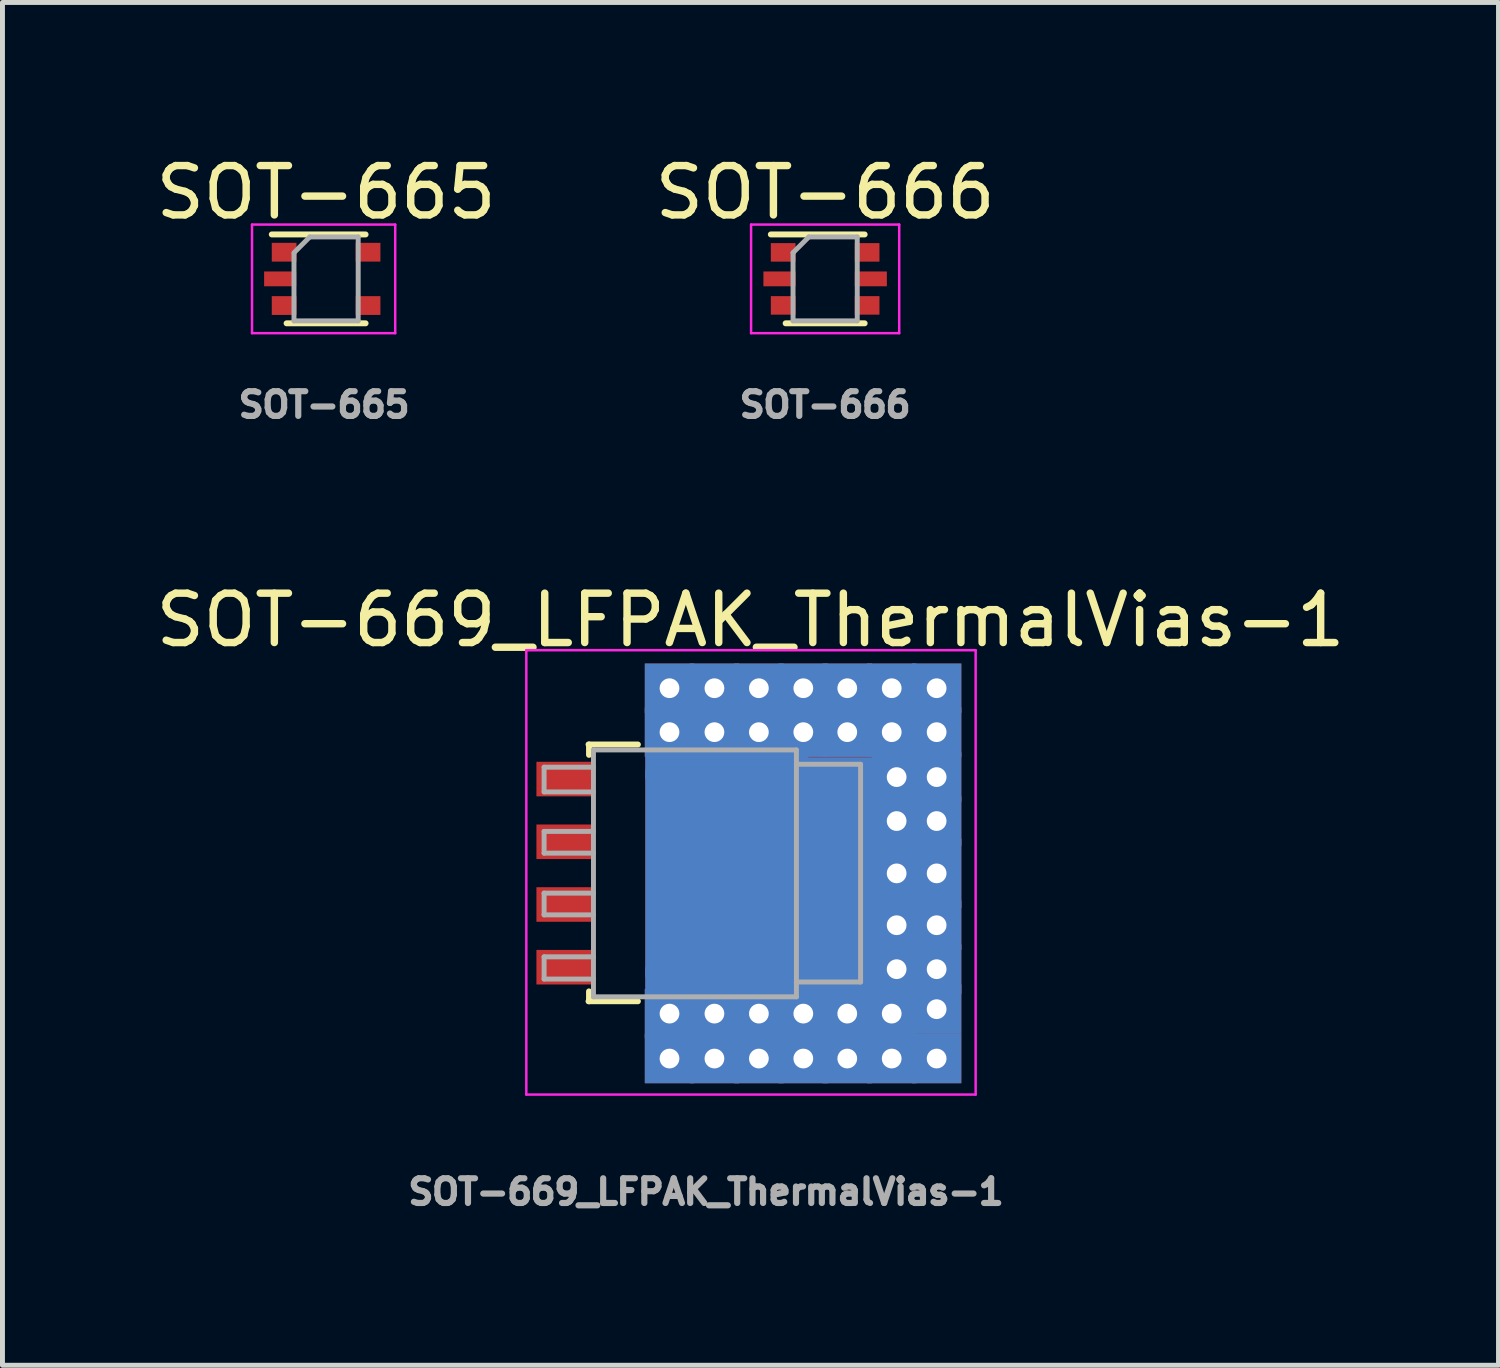
<source format=kicad_pcb>
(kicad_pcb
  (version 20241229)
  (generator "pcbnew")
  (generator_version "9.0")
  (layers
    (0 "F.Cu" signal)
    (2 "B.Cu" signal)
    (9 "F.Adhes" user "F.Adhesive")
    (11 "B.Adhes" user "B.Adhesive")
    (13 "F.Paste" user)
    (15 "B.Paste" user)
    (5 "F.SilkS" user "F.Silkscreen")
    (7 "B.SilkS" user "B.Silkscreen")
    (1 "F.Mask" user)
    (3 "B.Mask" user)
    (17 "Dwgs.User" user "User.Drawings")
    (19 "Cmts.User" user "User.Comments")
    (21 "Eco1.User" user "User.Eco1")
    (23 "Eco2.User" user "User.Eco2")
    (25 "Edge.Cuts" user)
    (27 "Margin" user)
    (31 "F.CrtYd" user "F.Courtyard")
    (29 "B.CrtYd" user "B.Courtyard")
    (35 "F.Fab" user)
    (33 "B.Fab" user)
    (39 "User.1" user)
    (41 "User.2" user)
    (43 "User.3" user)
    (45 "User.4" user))
  (footprint "SOT-666"
    (layer "F.Cu")
    (at 13.661 2.598)
    (property "Reference" "SOT-666" (at 0 -1.75 0) (layer "F.SilkS") (effects (font (size 1 1) (thickness 0.15))))
    (attr smd)
    (fp_line (start -0.8 0.9) (end 0.8 0.9) (stroke (width 0.12) (type solid)) (layer "F.SilkS"))
    (fp_line (start 0.8 -0.9) (end -1.1 -0.9) (stroke (width 0.12) (type solid)) (layer "F.SilkS"))
    (fp_line (start -1.5 -1.1) (end -1.5 1.1) (stroke (width 0.05) (type solid)) (layer "F.CrtYd"))
    (fp_line (start -1.5 -1.1) (end 1.5 -1.1) (stroke (width 0.05) (type solid)) (layer "F.CrtYd"))
    (fp_line (start -1.5 1.1) (end 1.5 1.1) (stroke (width 0.05) (type solid)) (layer "F.CrtYd"))
    (fp_line (start 1.5 1.1) (end 1.5 -1.1) (stroke (width 0.05) (type solid)) (layer "F.CrtYd"))
    (fp_line (start -0.65 -0.53) (end -0.65 0.85) (stroke (width 0.1) (type solid)) (layer "F.Fab"))
    (fp_line (start -0.65 -0.53) (end -0.33 -0.85) (stroke (width 0.1) (type solid)) (layer "F.Fab"))
    (fp_line (start 0.65 -0.85) (end -0.33 -0.85) (stroke (width 0.1) (type solid)) (layer "F.Fab"))
    (fp_line (start 0.65 -0.85) (end 0.65 0.85) (stroke (width 0.1) (type solid)) (layer "F.Fab"))
    (fp_line (start 0.65 0.85) (end -0.65 0.85) (stroke (width 0.1) (type solid)) (layer "F.Fab"))
    (fp_text user "${REFERENCE}" (at 0 2.55 0) (layer "F.Fab") (effects (font (size 0.5 0.5) (thickness 0.125))))
    (pad "1" smd rect (at -0.85 -0.537) (size 0.5 0.375) (layers "F.Cu" "F.Mask" "F.Paste"))
    (pad "2" smd rect (at -0.925 0) (size 0.65 0.3) (layers "F.Cu" "F.Mask" "F.Paste"))
    (pad "3" smd rect (at -0.85 0.537) (size 0.5 0.375) (layers "F.Cu" "F.Mask" "F.Paste"))
    (pad "4" smd rect (at 0.85 0.537) (size 0.5 0.375) (layers "F.Cu" "F.Mask" "F.Paste"))
    (pad "5" smd rect (at 0.925 0) (size 0.65 0.3) (layers "F.Cu" "F.Mask" "F.Paste"))
    (pad "6" smd rect (at 0.85 -0.537) (size 0.5 0.375) (layers "F.Cu" "F.Mask" "F.Paste")))
  (footprint "SOT-669_LFPAK_ThermalVias-1"
    (layer "F.Cu")
    (at 11.249 14.638)
    (property "Reference" "SOT-669_LFPAK_ThermalVias-1" (at 0.9 -5.13 0) (layer "F.SilkS") (effects (font (size 1 1) (thickness 0.15))))
    (attr through_hole)
    (fp_line (start -2.38 -2.61) (end -1.38 -2.61) (stroke (width 0.12) (type solid)) (layer "F.SilkS"))
    (fp_line (start -2.38 2.59) (end -1.38 2.59) (stroke (width 0.12) (type solid)) (layer "F.SilkS"))
    (fp_line (start -2.37 -2.61) (end -2.37 -2.4) (stroke (width 0.12) (type solid)) (layer "F.SilkS"))
    (fp_line (start -2.37 2.39) (end -2.37 2.59) (stroke (width 0.12) (type solid)) (layer "F.SilkS"))
    (fp_line (start -3.64 4.48) (end -3.64 -4.52) (stroke (width 0.05) (type solid)) (layer "F.CrtYd"))
    (fp_line (start -3.64 4.48) (end 5.46 4.48) (stroke (width 0.05) (type solid)) (layer "F.CrtYd"))
    (fp_line (start 5.46 -4.52) (end -3.64 -4.52) (stroke (width 0.05) (type solid)) (layer "F.CrtYd"))
    (fp_line (start 5.46 -4.52) (end 5.46 4.48) (stroke (width 0.05) (type solid)) (layer "F.CrtYd"))
    (fp_line (start -3.28 -2.15) (end -3.28 -1.65) (stroke (width 0.1) (type solid)) (layer "F.Fab"))
    (fp_line (start -3.28 -2.15) (end -2.28 -2.15) (stroke (width 0.1) (type solid)) (layer "F.Fab"))
    (fp_line (start -3.28 -1.65) (end -2.28 -1.65) (stroke (width 0.1) (type solid)) (layer "F.Fab"))
    (fp_line (start -3.28 -0.85) (end -3.28 -0.41) (stroke (width 0.1) (type solid)) (layer "F.Fab"))
    (fp_line (start -3.28 -0.41) (end -2.28 -0.41) (stroke (width 0.1) (type solid)) (layer "F.Fab"))
    (fp_line (start -3.28 0.4) (end -3.28 0.84) (stroke (width 0.1) (type solid)) (layer "F.Fab"))
    (fp_line (start -3.28 0.84) (end -2.28 0.84) (stroke (width 0.1) (type solid)) (layer "F.Fab"))
    (fp_line (start -3.28 1.69) (end -3.28 2.14) (stroke (width 0.1) (type solid)) (layer "F.Fab"))
    (fp_line (start -3.28 2.14) (end -2.28 2.14) (stroke (width 0.1) (type solid)) (layer "F.Fab"))
    (fp_line (start -2.28 -2.5) (end -2.28 2.5) (stroke (width 0.1) (type solid)) (layer "F.Fab"))
    (fp_line (start -2.28 -0.85) (end -3.28 -0.85) (stroke (width 0.1) (type solid)) (layer "F.Fab"))
    (fp_line (start -2.28 0.4) (end -3.28 0.4) (stroke (width 0.1) (type solid)) (layer "F.Fab"))
    (fp_line (start -2.28 1.69) (end -3.28 1.69) (stroke (width 0.1) (type solid)) (layer "F.Fab"))
    (fp_line (start -2.28 2.5) (end 1.83 2.5) (stroke (width 0.1) (type solid)) (layer "F.Fab"))
    (fp_line (start 1.83 -2.5) (end -2.28 -2.5) (stroke (width 0.1) (type solid)) (layer "F.Fab"))
    (fp_line (start 1.83 2.5) (end 1.83 -2.5) (stroke (width 0.1) (type solid)) (layer "F.Fab"))
    (fp_line (start 3.13 -2.21) (end 1.83 -2.21) (stroke (width 0.1) (type solid)) (layer "F.Fab"))
    (fp_line (start 3.13 -2.21) (end 3.13 2.2) (stroke (width 0.1) (type solid)) (layer "F.Fab"))
    (fp_line (start 3.13 2.2) (end 1.83 2.2) (stroke (width 0.1) (type solid)) (layer "F.Fab"))
    (fp_text user "${REFERENCE}" (at 0 6.45 0) (layer "F.Fab") (effects (font (size 0.5 0.5) (thickness 0.125))))
    (pad "1" smd rect (at -2.86 -1.91 270) (size 0.7 1.15) (layers "F.Cu" "F.Mask" "F.Paste"))
    (pad "2" smd rect (at -2.86 -0.64 270) (size 0.7 1.15) (layers "F.Cu" "F.Mask" "F.Paste"))
    (pad "3" smd rect (at -2.86 0.63 270) (size 0.7 1.15) (layers "F.Cu" "F.Mask" "F.Paste"))
    (pad "4" smd rect (at -2.86 1.9 270) (size 0.7 1.15) (layers "F.Cu" "F.Mask" "F.Paste"))
    (pad "5" thru_hole rect (at -0.74 -3.75 270) (size 1 1) (drill 0.4) (layers "*.Cu" "*.Mask"))
    (pad "5" thru_hole rect (at -0.74 -2.86 270) (size 1 1) (drill 0.4) (layers "*.Cu" "*.Mask"))
    (pad "5" thru_hole rect (at -0.74 2.84 270) (size 1 1) (drill 0.4) (layers "*.Cu" "*.Mask"))
    (pad "5" thru_hole rect (at -0.74 3.75 270) (size 1 1) (drill 0.4) (layers "*.Cu" "*.Mask"))
    (pad "5" smd rect (at -0.68 -1.15) (size 0.6 0.9) (layers "F.Cu" "F.Mask" "F.Paste"))
    (pad "5" smd rect (at -0.68 0) (size 0.6 0.9) (layers "F.Cu" "F.Mask" "F.Paste"))
    (pad "5" smd rect (at -0.68 1.14) (size 0.6 0.9) (layers "F.Cu" "F.Mask" "F.Paste"))
    (pad "5" thru_hole rect (at 0.17 -3.75 270) (size 1 1) (drill 0.4) (layers "*.Cu" "*.Mask"))
    (pad "5" thru_hole rect (at 0.17 -2.86 270) (size 1 1) (drill 0.4) (layers "*.Cu" "*.Mask"))
    (pad "5" smd rect (at 0.17 -1.15) (size 0.6 0.9) (layers "F.Cu" "F.Mask" "F.Paste"))
    (pad "5" smd rect (at 0.17 0) (size 0.6 0.9) (layers "F.Cu" "F.Mask" "F.Paste"))
    (pad "5" smd rect (at 0.17 1.14) (size 0.6 0.9) (layers "F.Cu" "F.Mask" "F.Paste"))
    (pad "5" thru_hole rect (at 0.17 2.84 270) (size 1 1) (drill 0.4) (layers "*.Cu" "*.Mask"))
    (pad "5" thru_hole rect (at 0.17 3.75 270) (size 1 1) (drill 0.4) (layers "*.Cu" "*.Mask"))
    (pad "5" smd rect (at 0.42 -2.21 270) (size 0.6 3.3) (layers "F.Cu" "F.Mask" "F.Paste"))
    (pad "5" smd rect (at 0.42 -2.21 270) (size 0.6 3.3) (layers "B.Cu" "B.Mask" "B.Paste"))
    (pad "5" smd rect (at 0.42 0 270) (size 4.2 3.3) (layers "F.Cu" "F.Mask" "F.Paste"))
    (pad "5" smd rect (at 0.42 0 270) (size 4.2 3.3) (layers "B.Cu" "B.Mask" "B.Paste"))
    (pad "5" smd rect (at 0.42 2.2 270) (size 0.6 3.3) (layers "F.Cu" "F.Mask" "F.Paste"))
    (pad "5" smd rect (at 0.42 2.2 270) (size 0.6 3.3) (layers "B.Cu" "B.Mask" "B.Paste"))
    (pad "5" smd rect (at 1.02 -1.15) (size 0.6 0.9) (layers "F.Cu" "F.Mask" "F.Paste"))
    (pad "5" smd rect (at 1.02 0) (size 0.6 0.9) (layers "F.Cu" "F.Mask" "F.Paste"))
    (pad "5" smd rect (at 1.02 1.14) (size 0.6 0.9) (layers "F.Cu" "F.Mask" "F.Paste"))
    (pad "5" thru_hole rect (at 1.07 -3.75 270) (size 1 1) (drill 0.4) (layers "*.Cu" "*.Mask"))
    (pad "5" thru_hole rect (at 1.07 -2.86 270) (size 1 1) (drill 0.4) (layers "*.Cu" "*.Mask"))
    (pad "5" thru_hole rect (at 1.07 2.84 270) (size 1 1) (drill 0.4) (layers "*.Cu" "*.Mask"))
    (pad "5" thru_hole rect (at 1.07 3.75 270) (size 1 1) (drill 0.4) (layers "*.Cu" "*.Mask"))
    (pad "5" smd rect (at 1.72 -2.25 270) (size 0.5 0.5) (layers "F.Cu" "F.Mask" "F.Paste"))
    (pad "5" smd rect (at 1.72 2.25 270) (size 0.5 0.5) (layers "F.Cu" "F.Mask" "F.Paste"))
    (pad "5" thru_hole rect (at 1.97 -3.75 270) (size 1 1) (drill 0.4) (layers "*.Cu" "*.Mask"))
    (pad "5" thru_hole rect (at 1.97 -2.86 270) (size 1 1) (drill 0.4) (layers "*.Cu" "*.Mask"))
    (pad "5" thru_hole rect (at 1.97 2.84 270) (size 1 1) (drill 0.4) (layers "*.Cu" "*.Mask"))
    (pad "5" thru_hole rect (at 1.97 3.75 270) (size 1 1) (drill 0.4) (layers "*.Cu" "*.Mask"))
    (pad "5" smd rect (at 2.61 0 270) (size 4.7 1.55) (layers "F.Cu" "F.Mask" "F.Paste"))
    (pad "5" smd rect (at 2.61 0 270) (size 4.7 1.55) (layers "B.Cu" "B.Mask" "B.Paste"))
    (pad "5" thru_hole rect (at 2.86 -3.75 270) (size 1 1) (drill 0.4) (layers "*.Cu" "*.Mask"))
    (pad "5" thru_hole rect (at 2.86 -2.86 270) (size 1 1) (drill 0.4) (layers "*.Cu" "*.Mask"))
    (pad "5" smd rect (at 2.86 -1.88 270) (size 0.6 0.9) (layers "F.Cu" "F.Mask" "F.Paste"))
    (pad "5" smd rect (at 2.86 -0.6 270) (size 0.6 0.9) (layers "F.Cu" "F.Mask" "F.Paste"))
    (pad "5" smd rect (at 2.86 0.59 270) (size 0.6 0.9) (layers "F.Cu" "F.Mask" "F.Paste"))
    (pad "5" smd rect (at 2.86 1.87 270) (size 0.6 0.9) (layers "F.Cu" "F.Mask" "F.Paste"))
    (pad "5" thru_hole rect (at 2.86 2.84 270) (size 1 1) (drill 0.4) (layers "*.Cu" "*.Mask"))
    (pad "5" thru_hole rect (at 2.86 3.75 270) (size 1 1) (drill 0.4) (layers "*.Cu" "*.Mask"))
    (pad "5" thru_hole rect (at 3.76 -3.75 270) (size 1 1) (drill 0.4) (layers "*.Cu" "*.Mask"))
    (pad "5" thru_hole rect (at 3.76 -2.86 270) (size 1 1) (drill 0.4) (layers "*.Cu" "*.Mask"))
    (pad "5" thru_hole rect (at 3.76 2.84 270) (size 1 1) (drill 0.4) (layers "*.Cu" "*.Mask"))
    (pad "5" thru_hole rect (at 3.76 3.75 270) (size 1 1) (drill 0.4) (layers "*.Cu" "*.Mask"))
    (pad "5" thru_hole rect (at 3.86 -1.95 270) (size 1 1) (drill 0.4) (layers "*.Cu" "*.Mask"))
    (pad "5" thru_hole rect (at 3.86 -1.06 270) (size 1 1) (drill 0.4) (layers "*.Cu" "*.Mask"))
    (pad "5" thru_hole rect (at 3.86 0 270) (size 1.4 1) (drill 0.4) (layers "*.Cu" "*.Mask"))
    (pad "5" thru_hole rect (at 3.86 1.05 270) (size 1 1) (drill 0.4) (layers "*.Cu" "*.Mask"))
    (pad "5" thru_hole rect (at 3.86 1.94 270) (size 1 1) (drill 0.4) (layers "*.Cu" "*.Mask"))
    (pad "5" thru_hole rect (at 4.67 -3.75 270) (size 1 1) (drill 0.4) (layers "*.Cu" "*.Mask"))
    (pad "5" thru_hole rect (at 4.67 -2.86 270) (size 1 1) (drill 0.4) (layers "*.Cu" "*.Mask"))
    (pad "5" thru_hole rect (at 4.67 -1.95 270) (size 1 1) (drill 0.4) (layers "*.Cu" "*.Mask"))
    (pad "5" thru_hole rect (at 4.67 -1.06 270) (size 1 1) (drill 0.4) (layers "*.Cu" "*.Mask"))
    (pad "5" thru_hole rect (at 4.67 0 270) (size 1.4 1) (drill 0.4) (layers "*.Cu" "*.Mask"))
    (pad "5" thru_hole rect (at 4.67 1.05 270) (size 1 1) (drill 0.4) (layers "*.Cu" "*.Mask"))
    (pad "5" thru_hole rect (at 4.67 1.94 270) (size 1 1) (drill 0.4) (layers "*.Cu" "*.Mask"))
    (pad "5" thru_hole rect (at 4.67 2.75 270) (size 1 1) (drill 0.4) (layers "*.Cu" "*.Mask"))
    (pad "5" thru_hole rect (at 4.67 3.75 270) (size 1 1) (drill 0.4) (layers "*.Cu" "*.Mask")))
  (footprint "SOT-665"
    (layer "F.Cu")
    (at 3.514 2.598)
    (property "Reference" "SOT-665" (at 0.04 -1.75 0) (layer "F.SilkS") (effects (font (size 1 1) (thickness 0.15))))
    (attr smd)
    (fp_line (start -0.76 0.9) (end 0.84 0.9) (stroke (width 0.12) (type solid)) (layer "F.SilkS"))
    (fp_line (start 0.84 -0.9) (end -1.06 -0.9) (stroke (width 0.12) (type solid)) (layer "F.SilkS"))
    (fp_line (start -1.46 -1.1) (end -1.46 1.1) (stroke (width 0.05) (type solid)) (layer "F.CrtYd"))
    (fp_line (start -1.46 -1.1) (end 1.44 -1.1) (stroke (width 0.05) (type solid)) (layer "F.CrtYd"))
    (fp_line (start -1.46 1.1) (end 1.44 1.1) (stroke (width 0.05) (type solid)) (layer "F.CrtYd"))
    (fp_line (start 1.44 1.1) (end 1.44 -1.1) (stroke (width 0.05) (type solid)) (layer "F.CrtYd"))
    (fp_line (start -0.61 -0.53) (end -0.29 -0.85) (stroke (width 0.1) (type solid)) (layer "F.Fab"))
    (fp_line (start -0.61 -0.51) (end -0.61 0.85) (stroke (width 0.1) (type solid)) (layer "F.Fab"))
    (fp_line (start 0.69 -0.85) (end -0.29 -0.85) (stroke (width 0.1) (type solid)) (layer "F.Fab"))
    (fp_line (start 0.69 -0.85) (end 0.69 0.85) (stroke (width 0.1) (type solid)) (layer "F.Fab"))
    (fp_line (start 0.69 0.85) (end -0.61 0.85) (stroke (width 0.1) (type solid)) (layer "F.Fab"))
    (fp_text user "${REFERENCE}" (at 0 2.55 0) (layer "F.Fab") (effects (font (size 0.5 0.5) (thickness 0.125))))
    (pad "1" smd rect (at -0.81 -0.54) (size 0.5 0.38) (layers "F.Cu" "F.Mask" "F.Paste"))
    (pad "2" smd rect (at -0.89 0) (size 0.65 0.3) (layers "F.Cu" "F.Mask" "F.Paste"))
    (pad "3" smd rect (at -0.81 0.54) (size 0.5 0.38) (layers "F.Cu" "F.Mask" "F.Paste"))
    (pad "4" smd rect (at 0.89 0.54) (size 0.5 0.38) (layers "F.Cu" "F.Mask" "F.Paste"))
    (pad "5" smd rect (at 0.89 -0.54) (size 0.5 0.38) (layers "F.Cu" "F.Mask" "F.Paste")))
  (gr_rect
    (start -3 -3)
    (end 27.298 24.6)
    (stroke (width 0.1) (type default))
    (fill no)
    (layer "Edge.Cuts")))
</source>
